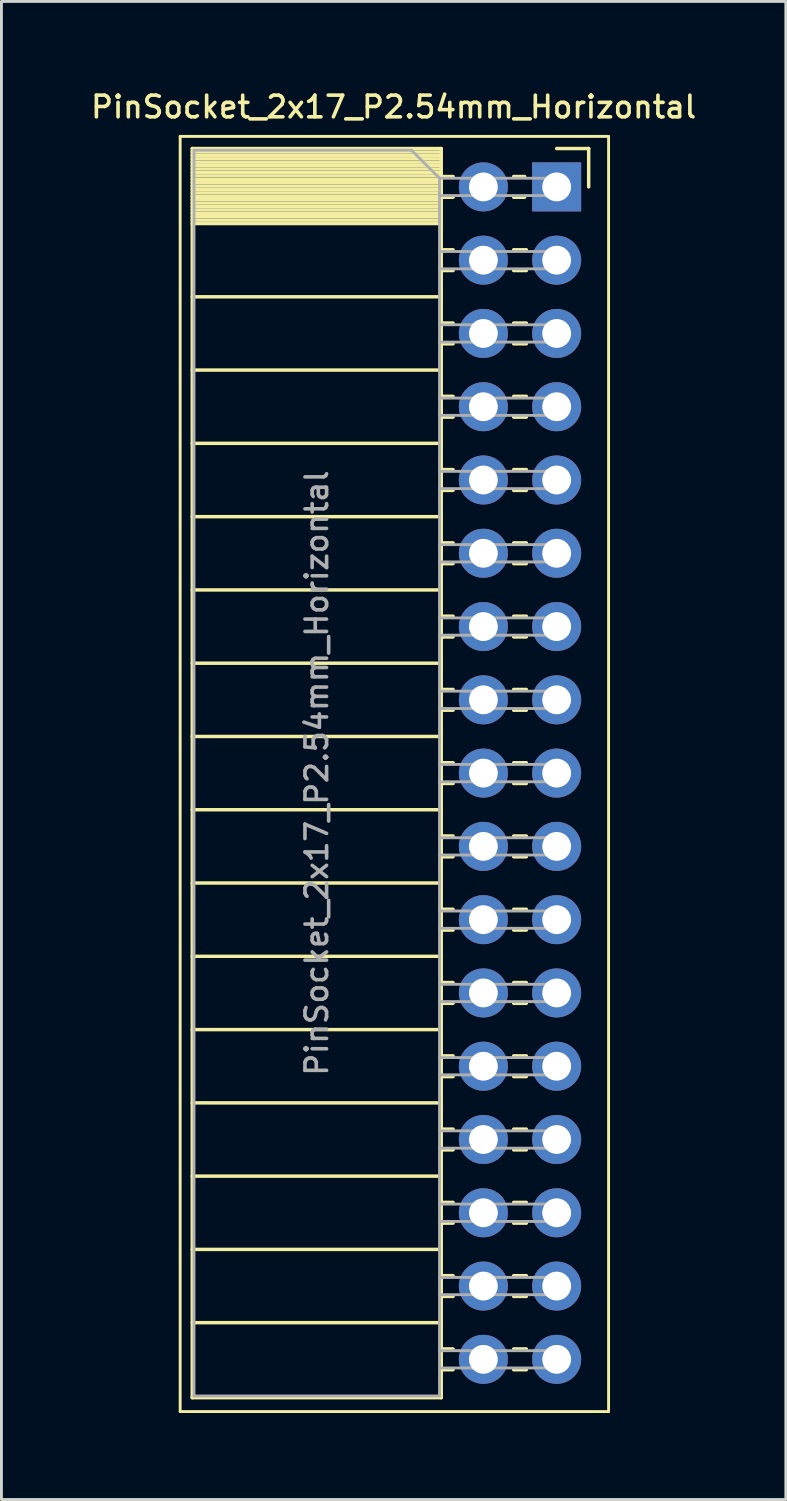
<source format=kicad_pcb>
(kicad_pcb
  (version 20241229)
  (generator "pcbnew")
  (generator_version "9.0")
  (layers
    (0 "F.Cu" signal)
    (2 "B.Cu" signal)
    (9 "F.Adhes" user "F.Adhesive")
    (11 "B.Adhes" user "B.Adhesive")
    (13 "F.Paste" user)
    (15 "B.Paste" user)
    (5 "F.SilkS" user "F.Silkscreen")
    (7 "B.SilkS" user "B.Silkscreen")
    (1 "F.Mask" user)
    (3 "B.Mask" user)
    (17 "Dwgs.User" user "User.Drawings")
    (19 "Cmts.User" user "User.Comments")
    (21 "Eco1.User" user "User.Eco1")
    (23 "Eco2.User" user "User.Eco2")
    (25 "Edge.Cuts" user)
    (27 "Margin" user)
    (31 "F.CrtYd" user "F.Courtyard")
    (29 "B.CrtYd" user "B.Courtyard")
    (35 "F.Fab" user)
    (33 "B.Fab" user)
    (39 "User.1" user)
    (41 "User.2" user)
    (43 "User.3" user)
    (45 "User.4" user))
  (footprint "PinSocket_2x17_P2.54mm_Horizontal"
    (layer "F.Cu")
    (at 16.245 3.428)
    (property "Reference" "PinSocket_2x17_P2.54mm_Horizontal" (at -5.65 -2.77 0) (layer "F.SilkS") (effects (font (size 0.75 0.75) (thickness 0.125))))
    (attr through_hole)
    (fp_line (start -13.05 -1.75) (end -13.05 42.45) (stroke (width 0.1) (type solid)) (layer "F.SilkS"))
    (fp_line (start -13.05 42.45) (end 1.8 42.45) (stroke (width 0.1) (type solid)) (layer "F.SilkS"))
    (fp_line (start -12.63 -1.33) (end -12.63 41.97) (stroke (width 0.12) (type solid)) (layer "F.SilkS"))
    (fp_line (start -12.63 -1.33) (end -4 -1.33) (stroke (width 0.12) (type solid)) (layer "F.SilkS"))
    (fp_line (start -12.63 -1.21) (end -4 -1.21) (stroke (width 0.12) (type solid)) (layer "F.SilkS"))
    (fp_line (start -12.63 -1.092) (end -4 -1.092) (stroke (width 0.12) (type solid)) (layer "F.SilkS"))
    (fp_line (start -12.63 -0.974) (end -4 -0.974) (stroke (width 0.12) (type solid)) (layer "F.SilkS"))
    (fp_line (start -12.63 -0.856) (end -4 -0.856) (stroke (width 0.12) (type solid)) (layer "F.SilkS"))
    (fp_line (start -12.63 -0.738) (end -4 -0.738) (stroke (width 0.12) (type solid)) (layer "F.SilkS"))
    (fp_line (start -12.63 -0.62) (end -4 -0.62) (stroke (width 0.12) (type solid)) (layer "F.SilkS"))
    (fp_line (start -12.63 -0.501) (end -4 -0.501) (stroke (width 0.12) (type solid)) (layer "F.SilkS"))
    (fp_line (start -12.63 -0.383) (end -4 -0.383) (stroke (width 0.12) (type solid)) (layer "F.SilkS"))
    (fp_line (start -12.63 -0.265) (end -4 -0.265) (stroke (width 0.12) (type solid)) (layer "F.SilkS"))
    (fp_line (start -12.63 -0.147) (end -4 -0.147) (stroke (width 0.12) (type solid)) (layer "F.SilkS"))
    (fp_line (start -12.63 -0.029) (end -4 -0.029) (stroke (width 0.12) (type solid)) (layer "F.SilkS"))
    (fp_line (start -12.63 0.089) (end -4 0.089) (stroke (width 0.12) (type solid)) (layer "F.SilkS"))
    (fp_line (start -12.63 0.207) (end -4 0.207) (stroke (width 0.12) (type solid)) (layer "F.SilkS"))
    (fp_line (start -12.63 0.325) (end -4 0.325) (stroke (width 0.12) (type solid)) (layer "F.SilkS"))
    (fp_line (start -12.63 0.443) (end -4 0.443) (stroke (width 0.12) (type solid)) (layer "F.SilkS"))
    (fp_line (start -12.63 0.561) (end -4 0.561) (stroke (width 0.12) (type solid)) (layer "F.SilkS"))
    (fp_line (start -12.63 0.68) (end -4 0.68) (stroke (width 0.12) (type solid)) (layer "F.SilkS"))
    (fp_line (start -12.63 0.798) (end -4 0.798) (stroke (width 0.12) (type solid)) (layer "F.SilkS"))
    (fp_line (start -12.63 0.916) (end -4 0.916) (stroke (width 0.12) (type solid)) (layer "F.SilkS"))
    (fp_line (start -12.63 1.034) (end -4 1.034) (stroke (width 0.12) (type solid)) (layer "F.SilkS"))
    (fp_line (start -12.63 1.152) (end -4 1.152) (stroke (width 0.12) (type solid)) (layer "F.SilkS"))
    (fp_line (start -12.63 1.27) (end -4 1.27) (stroke (width 0.12) (type solid)) (layer "F.SilkS"))
    (fp_line (start -12.63 3.81) (end -4 3.81) (stroke (width 0.12) (type solid)) (layer "F.SilkS"))
    (fp_line (start -12.63 6.35) (end -4 6.35) (stroke (width 0.12) (type solid)) (layer "F.SilkS"))
    (fp_line (start -12.63 8.89) (end -4 8.89) (stroke (width 0.12) (type solid)) (layer "F.SilkS"))
    (fp_line (start -12.63 11.43) (end -4 11.43) (stroke (width 0.12) (type solid)) (layer "F.SilkS"))
    (fp_line (start -12.63 13.97) (end -4 13.97) (stroke (width 0.12) (type solid)) (layer "F.SilkS"))
    (fp_line (start -12.63 16.51) (end -4 16.51) (stroke (width 0.12) (type solid)) (layer "F.SilkS"))
    (fp_line (start -12.63 19.05) (end -4 19.05) (stroke (width 0.12) (type solid)) (layer "F.SilkS"))
    (fp_line (start -12.63 21.59) (end -4 21.59) (stroke (width 0.12) (type solid)) (layer "F.SilkS"))
    (fp_line (start -12.63 24.13) (end -4 24.13) (stroke (width 0.12) (type solid)) (layer "F.SilkS"))
    (fp_line (start -12.63 26.67) (end -4 26.67) (stroke (width 0.12) (type solid)) (layer "F.SilkS"))
    (fp_line (start -12.63 29.21) (end -4 29.21) (stroke (width 0.12) (type solid)) (layer "F.SilkS"))
    (fp_line (start -12.63 31.75) (end -4 31.75) (stroke (width 0.12) (type solid)) (layer "F.SilkS"))
    (fp_line (start -12.63 34.29) (end -4 34.29) (stroke (width 0.12) (type solid)) (layer "F.SilkS"))
    (fp_line (start -12.63 36.83) (end -4 36.83) (stroke (width 0.12) (type solid)) (layer "F.SilkS"))
    (fp_line (start -12.63 39.37) (end -4 39.37) (stroke (width 0.12) (type solid)) (layer "F.SilkS"))
    (fp_line (start -12.63 41.97) (end -4 41.97) (stroke (width 0.12) (type solid)) (layer "F.SilkS"))
    (fp_line (start -4 -1.33) (end -4 41.97) (stroke (width 0.12) (type solid)) (layer "F.SilkS"))
    (fp_line (start -4 -0.36) (end -3.59 -0.36) (stroke (width 0.12) (type solid)) (layer "F.SilkS"))
    (fp_line (start -4 0.36) (end -3.59 0.36) (stroke (width 0.12) (type solid)) (layer "F.SilkS"))
    (fp_line (start -4 2.18) (end -3.59 2.18) (stroke (width 0.12) (type solid)) (layer "F.SilkS"))
    (fp_line (start -4 2.9) (end -3.59 2.9) (stroke (width 0.12) (type solid)) (layer "F.SilkS"))
    (fp_line (start -4 4.72) (end -3.59 4.72) (stroke (width 0.12) (type solid)) (layer "F.SilkS"))
    (fp_line (start -4 5.44) (end -3.59 5.44) (stroke (width 0.12) (type solid)) (layer "F.SilkS"))
    (fp_line (start -4 7.26) (end -3.59 7.26) (stroke (width 0.12) (type solid)) (layer "F.SilkS"))
    (fp_line (start -4 7.98) (end -3.59 7.98) (stroke (width 0.12) (type solid)) (layer "F.SilkS"))
    (fp_line (start -4 9.8) (end -3.59 9.8) (stroke (width 0.12) (type solid)) (layer "F.SilkS"))
    (fp_line (start -4 10.52) (end -3.59 10.52) (stroke (width 0.12) (type solid)) (layer "F.SilkS"))
    (fp_line (start -4 12.34) (end -3.59 12.34) (stroke (width 0.12) (type solid)) (layer "F.SilkS"))
    (fp_line (start -4 13.06) (end -3.59 13.06) (stroke (width 0.12) (type solid)) (layer "F.SilkS"))
    (fp_line (start -4 14.88) (end -3.59 14.88) (stroke (width 0.12) (type solid)) (layer "F.SilkS"))
    (fp_line (start -4 15.6) (end -3.59 15.6) (stroke (width 0.12) (type solid)) (layer "F.SilkS"))
    (fp_line (start -4 17.42) (end -3.59 17.42) (stroke (width 0.12) (type solid)) (layer "F.SilkS"))
    (fp_line (start -4 18.14) (end -3.59 18.14) (stroke (width 0.12) (type solid)) (layer "F.SilkS"))
    (fp_line (start -4 19.96) (end -3.59 19.96) (stroke (width 0.12) (type solid)) (layer "F.SilkS"))
    (fp_line (start -4 20.68) (end -3.59 20.68) (stroke (width 0.12) (type solid)) (layer "F.SilkS"))
    (fp_line (start -4 22.5) (end -3.59 22.5) (stroke (width 0.12) (type solid)) (layer "F.SilkS"))
    (fp_line (start -4 23.22) (end -3.59 23.22) (stroke (width 0.12) (type solid)) (layer "F.SilkS"))
    (fp_line (start -4 25.04) (end -3.59 25.04) (stroke (width 0.12) (type solid)) (layer "F.SilkS"))
    (fp_line (start -4 25.76) (end -3.59 25.76) (stroke (width 0.12) (type solid)) (layer "F.SilkS"))
    (fp_line (start -4 27.58) (end -3.59 27.58) (stroke (width 0.12) (type solid)) (layer "F.SilkS"))
    (fp_line (start -4 28.3) (end -3.59 28.3) (stroke (width 0.12) (type solid)) (layer "F.SilkS"))
    (fp_line (start -4 30.12) (end -3.59 30.12) (stroke (width 0.12) (type solid)) (layer "F.SilkS"))
    (fp_line (start -4 30.84) (end -3.59 30.84) (stroke (width 0.12) (type solid)) (layer "F.SilkS"))
    (fp_line (start -4 32.66) (end -3.59 32.66) (stroke (width 0.12) (type solid)) (layer "F.SilkS"))
    (fp_line (start -4 33.38) (end -3.59 33.38) (stroke (width 0.12) (type solid)) (layer "F.SilkS"))
    (fp_line (start -4 35.2) (end -3.59 35.2) (stroke (width 0.12) (type solid)) (layer "F.SilkS"))
    (fp_line (start -4 35.92) (end -3.59 35.92) (stroke (width 0.12) (type solid)) (layer "F.SilkS"))
    (fp_line (start -4 37.74) (end -3.59 37.74) (stroke (width 0.12) (type solid)) (layer "F.SilkS"))
    (fp_line (start -4 38.46) (end -3.59 38.46) (stroke (width 0.12) (type solid)) (layer "F.SilkS"))
    (fp_line (start -4 40.28) (end -3.59 40.28) (stroke (width 0.12) (type solid)) (layer "F.SilkS"))
    (fp_line (start -4 41) (end -3.59 41) (stroke (width 0.12) (type solid)) (layer "F.SilkS"))
    (fp_line (start -1.49 -0.36) (end -1.11 -0.36) (stroke (width 0.12) (type solid)) (layer "F.SilkS"))
    (fp_line (start -1.49 0.36) (end -1.11 0.36) (stroke (width 0.12) (type solid)) (layer "F.SilkS"))
    (fp_line (start -1.49 2.18) (end -1.05 2.18) (stroke (width 0.12) (type solid)) (layer "F.SilkS"))
    (fp_line (start -1.49 2.9) (end -1.05 2.9) (stroke (width 0.12) (type solid)) (layer "F.SilkS"))
    (fp_line (start -1.49 4.72) (end -1.05 4.72) (stroke (width 0.12) (type solid)) (layer "F.SilkS"))
    (fp_line (start -1.49 5.44) (end -1.05 5.44) (stroke (width 0.12) (type solid)) (layer "F.SilkS"))
    (fp_line (start -1.49 7.26) (end -1.05 7.26) (stroke (width 0.12) (type solid)) (layer "F.SilkS"))
    (fp_line (start -1.49 7.98) (end -1.05 7.98) (stroke (width 0.12) (type solid)) (layer "F.SilkS"))
    (fp_line (start -1.49 9.8) (end -1.05 9.8) (stroke (width 0.12) (type solid)) (layer "F.SilkS"))
    (fp_line (start -1.49 10.52) (end -1.05 10.52) (stroke (width 0.12) (type solid)) (layer "F.SilkS"))
    (fp_line (start -1.49 12.34) (end -1.05 12.34) (stroke (width 0.12) (type solid)) (layer "F.SilkS"))
    (fp_line (start -1.49 13.06) (end -1.05 13.06) (stroke (width 0.12) (type solid)) (layer "F.SilkS"))
    (fp_line (start -1.49 14.88) (end -1.05 14.88) (stroke (width 0.12) (type solid)) (layer "F.SilkS"))
    (fp_line (start -1.49 15.6) (end -1.05 15.6) (stroke (width 0.12) (type solid)) (layer "F.SilkS"))
    (fp_line (start -1.49 17.42) (end -1.05 17.42) (stroke (width 0.12) (type solid)) (layer "F.SilkS"))
    (fp_line (start -1.49 18.14) (end -1.05 18.14) (stroke (width 0.12) (type solid)) (layer "F.SilkS"))
    (fp_line (start -1.49 19.96) (end -1.05 19.96) (stroke (width 0.12) (type solid)) (layer "F.SilkS"))
    (fp_line (start -1.49 20.68) (end -1.05 20.68) (stroke (width 0.12) (type solid)) (layer "F.SilkS"))
    (fp_line (start -1.49 22.5) (end -1.05 22.5) (stroke (width 0.12) (type solid)) (layer "F.SilkS"))
    (fp_line (start -1.49 23.22) (end -1.05 23.22) (stroke (width 0.12) (type solid)) (layer "F.SilkS"))
    (fp_line (start -1.49 25.04) (end -1.05 25.04) (stroke (width 0.12) (type solid)) (layer "F.SilkS"))
    (fp_line (start -1.49 25.76) (end -1.05 25.76) (stroke (width 0.12) (type solid)) (layer "F.SilkS"))
    (fp_line (start -1.49 27.58) (end -1.05 27.58) (stroke (width 0.12) (type solid)) (layer "F.SilkS"))
    (fp_line (start -1.49 28.3) (end -1.05 28.3) (stroke (width 0.12) (type solid)) (layer "F.SilkS"))
    (fp_line (start -1.49 30.12) (end -1.05 30.12) (stroke (width 0.12) (type solid)) (layer "F.SilkS"))
    (fp_line (start -1.49 30.84) (end -1.05 30.84) (stroke (width 0.12) (type solid)) (layer "F.SilkS"))
    (fp_line (start -1.49 32.66) (end -1.05 32.66) (stroke (width 0.12) (type solid)) (layer "F.SilkS"))
    (fp_line (start -1.49 33.38) (end -1.05 33.38) (stroke (width 0.12) (type solid)) (layer "F.SilkS"))
    (fp_line (start -1.49 35.2) (end -1.05 35.2) (stroke (width 0.12) (type solid)) (layer "F.SilkS"))
    (fp_line (start -1.49 35.92) (end -1.05 35.92) (stroke (width 0.12) (type solid)) (layer "F.SilkS"))
    (fp_line (start -1.49 37.74) (end -1.05 37.74) (stroke (width 0.12) (type solid)) (layer "F.SilkS"))
    (fp_line (start -1.49 38.46) (end -1.05 38.46) (stroke (width 0.12) (type solid)) (layer "F.SilkS"))
    (fp_line (start -1.49 40.28) (end -1.05 40.28) (stroke (width 0.12) (type solid)) (layer "F.SilkS"))
    (fp_line (start -1.49 41) (end -1.05 41) (stroke (width 0.12) (type solid)) (layer "F.SilkS"))
    (fp_line (start 0 -1.33) (end 1.11 -1.33) (stroke (width 0.12) (type solid)) (layer "F.SilkS"))
    (fp_line (start 1.11 -1.33) (end 1.11 0) (stroke (width 0.12) (type solid)) (layer "F.SilkS"))
    (fp_line (start 1.8 -1.75) (end -13.05 -1.75) (stroke (width 0.1) (type solid)) (layer "F.SilkS"))
    (fp_line (start 1.8 42.45) (end 1.8 -1.75) (stroke (width 0.1) (type solid)) (layer "F.SilkS"))
    (fp_line (start -12.57 -1.27) (end -5.03 -1.27) (stroke (width 0.1) (type solid)) (layer "F.Fab"))
    (fp_line (start -12.57 41.91) (end -12.57 -1.27) (stroke (width 0.1) (type solid)) (layer "F.Fab"))
    (fp_line (start -5.03 -1.27) (end -4.06 -0.3) (stroke (width 0.1) (type solid)) (layer "F.Fab"))
    (fp_line (start -4.06 -0.3) (end -4.06 41.91) (stroke (width 0.1) (type solid)) (layer "F.Fab"))
    (fp_line (start -4.06 0.3) (end 0 0.3) (stroke (width 0.1) (type solid)) (layer "F.Fab"))
    (fp_line (start -4.06 2.84) (end 0 2.84) (stroke (width 0.1) (type solid)) (layer "F.Fab"))
    (fp_line (start -4.06 5.38) (end 0 5.38) (stroke (width 0.1) (type solid)) (layer "F.Fab"))
    (fp_line (start -4.06 7.92) (end 0 7.92) (stroke (width 0.1) (type solid)) (layer "F.Fab"))
    (fp_line (start -4.06 10.46) (end 0 10.46) (stroke (width 0.1) (type solid)) (layer "F.Fab"))
    (fp_line (start -4.06 13) (end 0 13) (stroke (width 0.1) (type solid)) (layer "F.Fab"))
    (fp_line (start -4.06 15.54) (end 0 15.54) (stroke (width 0.1) (type solid)) (layer "F.Fab"))
    (fp_line (start -4.06 18.08) (end 0 18.08) (stroke (width 0.1) (type solid)) (layer "F.Fab"))
    (fp_line (start -4.06 20.62) (end 0 20.62) (stroke (width 0.1) (type solid)) (layer "F.Fab"))
    (fp_line (start -4.06 23.16) (end 0 23.16) (stroke (width 0.1) (type solid)) (layer "F.Fab"))
    (fp_line (start -4.06 25.7) (end 0 25.7) (stroke (width 0.1) (type solid)) (layer "F.Fab"))
    (fp_line (start -4.06 28.24) (end 0 28.24) (stroke (width 0.1) (type solid)) (layer "F.Fab"))
    (fp_line (start -4.06 30.78) (end 0 30.78) (stroke (width 0.1) (type solid)) (layer "F.Fab"))
    (fp_line (start -4.06 33.32) (end 0 33.32) (stroke (width 0.1) (type solid)) (layer "F.Fab"))
    (fp_line (start -4.06 35.86) (end 0 35.86) (stroke (width 0.1) (type solid)) (layer "F.Fab"))
    (fp_line (start -4.06 38.4) (end 0 38.4) (stroke (width 0.1) (type solid)) (layer "F.Fab"))
    (fp_line (start -4.06 40.94) (end 0 40.94) (stroke (width 0.1) (type solid)) (layer "F.Fab"))
    (fp_line (start -4.06 41.91) (end -12.57 41.91) (stroke (width 0.1) (type solid)) (layer "F.Fab"))
    (fp_line (start 0 -0.3) (end -4.06 -0.3) (stroke (width 0.1) (type solid)) (layer "F.Fab"))
    (fp_line (start 0 0.3) (end 0 -0.3) (stroke (width 0.1) (type solid)) (layer "F.Fab"))
    (fp_line (start 0 2.24) (end -4.06 2.24) (stroke (width 0.1) (type solid)) (layer "F.Fab"))
    (fp_line (start 0 2.84) (end 0 2.24) (stroke (width 0.1) (type solid)) (layer "F.Fab"))
    (fp_line (start 0 4.78) (end -4.06 4.78) (stroke (width 0.1) (type solid)) (layer "F.Fab"))
    (fp_line (start 0 5.38) (end 0 4.78) (stroke (width 0.1) (type solid)) (layer "F.Fab"))
    (fp_line (start 0 7.32) (end -4.06 7.32) (stroke (width 0.1) (type solid)) (layer "F.Fab"))
    (fp_line (start 0 7.92) (end 0 7.32) (stroke (width 0.1) (type solid)) (layer "F.Fab"))
    (fp_line (start 0 9.86) (end -4.06 9.86) (stroke (width 0.1) (type solid)) (layer "F.Fab"))
    (fp_line (start 0 10.46) (end 0 9.86) (stroke (width 0.1) (type solid)) (layer "F.Fab"))
    (fp_line (start 0 12.4) (end -4.06 12.4) (stroke (width 0.1) (type solid)) (layer "F.Fab"))
    (fp_line (start 0 13) (end 0 12.4) (stroke (width 0.1) (type solid)) (layer "F.Fab"))
    (fp_line (start 0 14.94) (end -4.06 14.94) (stroke (width 0.1) (type solid)) (layer "F.Fab"))
    (fp_line (start 0 15.54) (end 0 14.94) (stroke (width 0.1) (type solid)) (layer "F.Fab"))
    (fp_line (start 0 17.48) (end -4.06 17.48) (stroke (width 0.1) (type solid)) (layer "F.Fab"))
    (fp_line (start 0 18.08) (end 0 17.48) (stroke (width 0.1) (type solid)) (layer "F.Fab"))
    (fp_line (start 0 20.02) (end -4.06 20.02) (stroke (width 0.1) (type solid)) (layer "F.Fab"))
    (fp_line (start 0 20.62) (end 0 20.02) (stroke (width 0.1) (type solid)) (layer "F.Fab"))
    (fp_line (start 0 22.56) (end -4.06 22.56) (stroke (width 0.1) (type solid)) (layer "F.Fab"))
    (fp_line (start 0 23.16) (end 0 22.56) (stroke (width 0.1) (type solid)) (layer "F.Fab"))
    (fp_line (start 0 25.1) (end -4.06 25.1) (stroke (width 0.1) (type solid)) (layer "F.Fab"))
    (fp_line (start 0 25.7) (end 0 25.1) (stroke (width 0.1) (type solid)) (layer "F.Fab"))
    (fp_line (start 0 27.64) (end -4.06 27.64) (stroke (width 0.1) (type solid)) (layer "F.Fab"))
    (fp_line (start 0 28.24) (end 0 27.64) (stroke (width 0.1) (type solid)) (layer "F.Fab"))
    (fp_line (start 0 30.18) (end -4.06 30.18) (stroke (width 0.1) (type solid)) (layer "F.Fab"))
    (fp_line (start 0 30.78) (end 0 30.18) (stroke (width 0.1) (type solid)) (layer "F.Fab"))
    (fp_line (start 0 32.72) (end -4.06 32.72) (stroke (width 0.1) (type solid)) (layer "F.Fab"))
    (fp_line (start 0 33.32) (end 0 32.72) (stroke (width 0.1) (type solid)) (layer "F.Fab"))
    (fp_line (start 0 35.26) (end -4.06 35.26) (stroke (width 0.1) (type solid)) (layer "F.Fab"))
    (fp_line (start 0 35.86) (end 0 35.26) (stroke (width 0.1) (type solid)) (layer "F.Fab"))
    (fp_line (start 0 37.8) (end -4.06 37.8) (stroke (width 0.1) (type solid)) (layer "F.Fab"))
    (fp_line (start 0 38.4) (end 0 37.8) (stroke (width 0.1) (type solid)) (layer "F.Fab"))
    (fp_line (start 0 40.34) (end -4.06 40.34) (stroke (width 0.1) (type solid)) (layer "F.Fab"))
    (fp_line (start 0 40.94) (end 0 40.34) (stroke (width 0.1) (type solid)) (layer "F.Fab"))
    (fp_text user "${REFERENCE}" (at -8.315 20.32 90) (layer "F.Fab") (effects (font (size 0.75 0.75) (thickness 0.125))))
    (pad "1" thru_hole rect (at 0 0) (size 1.7 1.7) (drill 1) (layers "*.Cu" "*.Mask"))
    (pad "2" thru_hole oval (at -2.54 0) (size 1.7 1.7) (drill 1) (layers "*.Cu" "*.Mask"))
    (pad "3" thru_hole oval (at 0 2.54) (size 1.7 1.7) (drill 1) (layers "*.Cu" "*.Mask"))
    (pad "4" thru_hole oval (at -2.54 2.54) (size 1.7 1.7) (drill 1) (layers "*.Cu" "*.Mask"))
    (pad "5" thru_hole oval (at 0 5.08) (size 1.7 1.7) (drill 1) (layers "*.Cu" "*.Mask"))
    (pad "6" thru_hole oval (at -2.54 5.08) (size 1.7 1.7) (drill 1) (layers "*.Cu" "*.Mask"))
    (pad "7" thru_hole oval (at 0 7.62) (size 1.7 1.7) (drill 1) (layers "*.Cu" "*.Mask"))
    (pad "8" thru_hole oval (at -2.54 7.62) (size 1.7 1.7) (drill 1) (layers "*.Cu" "*.Mask"))
    (pad "9" thru_hole oval (at 0 10.16) (size 1.7 1.7) (drill 1) (layers "*.Cu" "*.Mask"))
    (pad "10" thru_hole oval (at -2.54 10.16) (size 1.7 1.7) (drill 1) (layers "*.Cu" "*.Mask"))
    (pad "11" thru_hole oval (at 0 12.7) (size 1.7 1.7) (drill 1) (layers "*.Cu" "*.Mask"))
    (pad "12" thru_hole oval (at -2.54 12.7) (size 1.7 1.7) (drill 1) (layers "*.Cu" "*.Mask"))
    (pad "13" thru_hole oval (at 0 15.24) (size 1.7 1.7) (drill 1) (layers "*.Cu" "*.Mask"))
    (pad "14" thru_hole oval (at -2.54 15.24) (size 1.7 1.7) (drill 1) (layers "*.Cu" "*.Mask"))
    (pad "15" thru_hole oval (at 0 17.78) (size 1.7 1.7) (drill 1) (layers "*.Cu" "*.Mask"))
    (pad "16" thru_hole oval (at -2.54 17.78) (size 1.7 1.7) (drill 1) (layers "*.Cu" "*.Mask"))
    (pad "17" thru_hole oval (at 0 20.32) (size 1.7 1.7) (drill 1) (layers "*.Cu" "*.Mask"))
    (pad "18" thru_hole oval (at -2.54 20.32) (size 1.7 1.7) (drill 1) (layers "*.Cu" "*.Mask"))
    (pad "19" thru_hole oval (at 0 22.86) (size 1.7 1.7) (drill 1) (layers "*.Cu" "*.Mask"))
    (pad "20" thru_hole oval (at -2.54 22.86) (size 1.7 1.7) (drill 1) (layers "*.Cu" "*.Mask"))
    (pad "21" thru_hole oval (at 0 25.4) (size 1.7 1.7) (drill 1) (layers "*.Cu" "*.Mask"))
    (pad "22" thru_hole oval (at -2.54 25.4) (size 1.7 1.7) (drill 1) (layers "*.Cu" "*.Mask"))
    (pad "23" thru_hole oval (at 0 27.94) (size 1.7 1.7) (drill 1) (layers "*.Cu" "*.Mask"))
    (pad "24" thru_hole oval (at -2.54 27.94) (size 1.7 1.7) (drill 1) (layers "*.Cu" "*.Mask"))
    (pad "25" thru_hole oval (at 0 30.48) (size 1.7 1.7) (drill 1) (layers "*.Cu" "*.Mask"))
    (pad "26" thru_hole oval (at -2.54 30.48) (size 1.7 1.7) (drill 1) (layers "*.Cu" "*.Mask"))
    (pad "27" thru_hole oval (at 0 33.02) (size 1.7 1.7) (drill 1) (layers "*.Cu" "*.Mask"))
    (pad "28" thru_hole oval (at -2.54 33.02) (size 1.7 1.7) (drill 1) (layers "*.Cu" "*.Mask"))
    (pad "29" thru_hole oval (at 0 35.56) (size 1.7 1.7) (drill 1) (layers "*.Cu" "*.Mask"))
    (pad "30" thru_hole oval (at -2.54 35.56) (size 1.7 1.7) (drill 1) (layers "*.Cu" "*.Mask"))
    (pad "31" thru_hole oval (at 0 38.1) (size 1.7 1.7) (drill 1) (layers "*.Cu" "*.Mask"))
    (pad "32" thru_hole oval (at -2.54 38.1) (size 1.7 1.7) (drill 1) (layers "*.Cu" "*.Mask"))
    (pad "33" thru_hole oval (at 0 40.64) (size 1.7 1.7) (drill 1) (layers "*.Cu" "*.Mask"))
    (pad "34" thru_hole oval (at -2.54 40.64) (size 1.7 1.7) (drill 1) (layers "*.Cu" "*.Mask")))
  (gr_rect
    (start -3 -3)
    (end 24.189 48.928)
    (stroke (width 0.1) (type default))
    (fill no)
    (layer "Edge.Cuts")))
</source>
